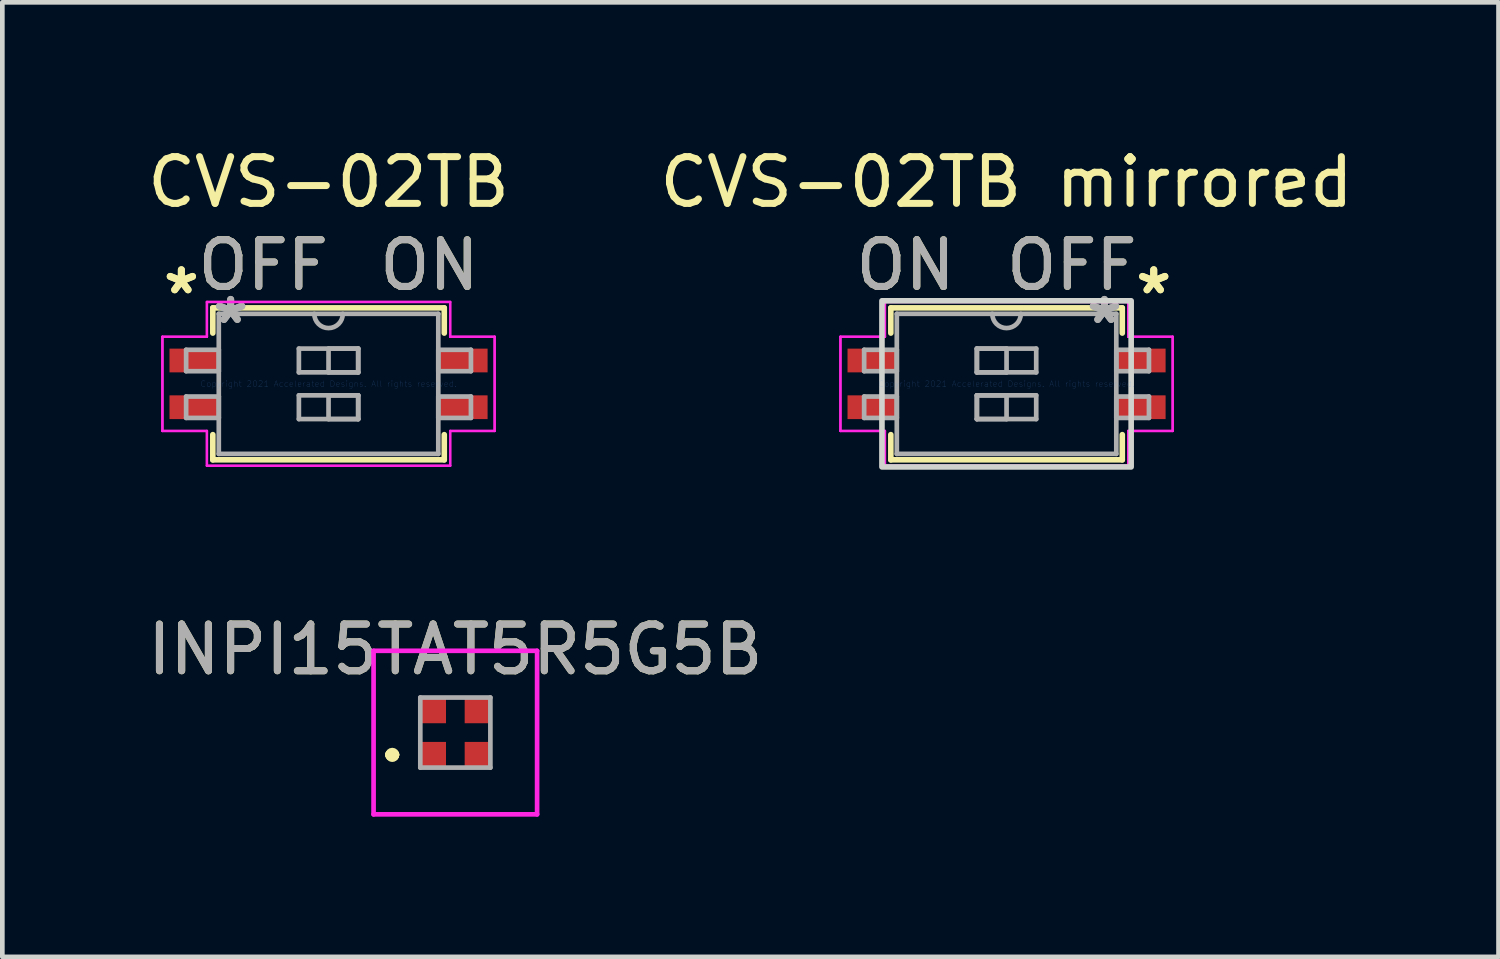
<source format=kicad_pcb>
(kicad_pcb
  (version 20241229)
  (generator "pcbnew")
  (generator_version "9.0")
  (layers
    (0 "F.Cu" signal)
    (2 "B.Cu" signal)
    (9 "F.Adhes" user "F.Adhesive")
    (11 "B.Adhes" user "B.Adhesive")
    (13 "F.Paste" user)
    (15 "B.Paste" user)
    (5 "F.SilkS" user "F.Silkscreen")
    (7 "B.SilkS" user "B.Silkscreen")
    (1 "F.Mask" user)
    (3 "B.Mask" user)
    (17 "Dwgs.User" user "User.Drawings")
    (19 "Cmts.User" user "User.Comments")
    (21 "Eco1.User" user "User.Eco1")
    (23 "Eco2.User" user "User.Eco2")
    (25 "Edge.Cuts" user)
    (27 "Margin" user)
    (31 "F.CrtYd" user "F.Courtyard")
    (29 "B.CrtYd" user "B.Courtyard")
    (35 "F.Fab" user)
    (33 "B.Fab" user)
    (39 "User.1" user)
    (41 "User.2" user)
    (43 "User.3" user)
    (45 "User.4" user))
  (footprint "CVS-02TB"
    (layer "F.Cu")
    (at 3.982 5.166)
    (property "Reference" "CVS-02TB" (at 0 -4.318 0) (layer "F.SilkS") (effects (font (size 1 1) (thickness 0.15))))
    (attr smd)
    (fp_line (start -2.477 -1.626) (end -2.477 -1.087) (stroke (width 0.12) (type solid)) (layer "F.SilkS"))
    (fp_line (start -2.477 1.087) (end -2.477 1.626) (stroke (width 0.12) (type solid)) (layer "F.SilkS"))
    (fp_line (start -2.477 1.626) (end 2.477 1.626) (stroke (width 0.12) (type solid)) (layer "F.SilkS"))
    (fp_line (start 2.477 -1.626) (end -2.477 -1.626) (stroke (width 0.12) (type solid)) (layer "F.SilkS"))
    (fp_line (start 2.477 -1.087) (end 2.477 -1.626) (stroke (width 0.12) (type solid)) (layer "F.SilkS"))
    (fp_line (start 2.477 1.626) (end 2.477 1.087) (stroke (width 0.12) (type solid)) (layer "F.SilkS"))
    (fp_line (start -3.556 -1.008) (end -2.603 -1.008) (stroke (width 0.05) (type solid)) (layer "F.CrtYd"))
    (fp_line (start -3.556 -1.008) (end -2.603 -1.008) (stroke (width 0.05) (type solid)) (layer "F.CrtYd"))
    (fp_line (start -3.556 1.008) (end -3.556 -1.008) (stroke (width 0.05) (type solid)) (layer "F.CrtYd"))
    (fp_line (start -3.556 1.008) (end -3.556 -1.008) (stroke (width 0.05) (type solid)) (layer "F.CrtYd"))
    (fp_line (start -2.603 -1.753) (end 2.603 -1.753) (stroke (width 0.05) (type solid)) (layer "F.CrtYd"))
    (fp_line (start -2.603 -1.753) (end 2.603 -1.753) (stroke (width 0.05) (type solid)) (layer "F.CrtYd"))
    (fp_line (start -2.603 -1.008) (end -2.603 -1.753) (stroke (width 0.05) (type solid)) (layer "F.CrtYd"))
    (fp_line (start -2.603 -1.008) (end -2.603 -1.753) (stroke (width 0.05) (type solid)) (layer "F.CrtYd"))
    (fp_line (start -2.603 1.008) (end -3.556 1.008) (stroke (width 0.05) (type solid)) (layer "F.CrtYd"))
    (fp_line (start -2.603 1.008) (end -3.556 1.008) (stroke (width 0.05) (type solid)) (layer "F.CrtYd"))
    (fp_line (start -2.603 1.753) (end -2.603 1.008) (stroke (width 0.05) (type solid)) (layer "F.CrtYd"))
    (fp_line (start -2.603 1.753) (end -2.603 1.008) (stroke (width 0.05) (type solid)) (layer "F.CrtYd"))
    (fp_line (start 2.603 -1.753) (end 2.603 -1.008) (stroke (width 0.05) (type solid)) (layer "F.CrtYd"))
    (fp_line (start 2.603 -1.753) (end 2.603 -1.008) (stroke (width 0.05) (type solid)) (layer "F.CrtYd"))
    (fp_line (start 2.603 -1.008) (end 3.556 -1.008) (stroke (width 0.05) (type solid)) (layer "F.CrtYd"))
    (fp_line (start 2.603 -1.008) (end 3.556 -1.008) (stroke (width 0.05) (type solid)) (layer "F.CrtYd"))
    (fp_line (start 2.603 1.008) (end 2.603 1.753) (stroke (width 0.05) (type solid)) (layer "F.CrtYd"))
    (fp_line (start 2.603 1.008) (end 2.603 1.753) (stroke (width 0.05) (type solid)) (layer "F.CrtYd"))
    (fp_line (start 2.603 1.753) (end -2.603 1.753) (stroke (width 0.05) (type solid)) (layer "F.CrtYd"))
    (fp_line (start 2.603 1.753) (end -2.603 1.753) (stroke (width 0.05) (type solid)) (layer "F.CrtYd"))
    (fp_line (start 3.556 -1.008) (end 3.556 1.008) (stroke (width 0.05) (type solid)) (layer "F.CrtYd"))
    (fp_line (start 3.556 -1.008) (end 3.556 1.008) (stroke (width 0.05) (type solid)) (layer "F.CrtYd"))
    (fp_line (start 3.556 1.008) (end 2.603 1.008) (stroke (width 0.05) (type solid)) (layer "F.CrtYd"))
    (fp_line (start 3.556 1.008) (end 2.603 1.008) (stroke (width 0.05) (type solid)) (layer "F.CrtYd"))
    (fp_line (start -3.048 -0.729) (end -3.048 -0.271) (stroke (width 0.1) (type solid)) (layer "F.Fab"))
    (fp_line (start -3.048 -0.271) (end -2.349 -0.271) (stroke (width 0.1) (type solid)) (layer "F.Fab"))
    (fp_line (start -3.048 0.271) (end -3.048 0.729) (stroke (width 0.1) (type solid)) (layer "F.Fab"))
    (fp_line (start -3.048 0.729) (end -2.349 0.729) (stroke (width 0.1) (type solid)) (layer "F.Fab"))
    (fp_line (start -2.349 -1.499) (end -2.349 1.499) (stroke (width 0.1) (type solid)) (layer "F.Fab"))
    (fp_line (start -2.349 -0.729) (end -3.048 -0.729) (stroke (width 0.1) (type solid)) (layer "F.Fab"))
    (fp_line (start -2.349 -0.271) (end -2.349 -0.729) (stroke (width 0.1) (type solid)) (layer "F.Fab"))
    (fp_line (start -2.349 0.271) (end -3.048 0.271) (stroke (width 0.1) (type solid)) (layer "F.Fab"))
    (fp_line (start -2.349 0.729) (end -2.349 0.271) (stroke (width 0.1) (type solid)) (layer "F.Fab"))
    (fp_line (start -2.349 1.499) (end 2.349 1.499) (stroke (width 0.1) (type solid)) (layer "F.Fab"))
    (fp_line (start -0.635 -0.754) (end 0.635 -0.754) (stroke (width 0.1) (type solid)) (layer "F.Fab"))
    (fp_line (start -0.635 -0.246) (end -0.635 -0.754) (stroke (width 0.1) (type solid)) (layer "F.Fab"))
    (fp_line (start -0.635 0.246) (end 0.635 0.246) (stroke (width 0.1) (type solid)) (layer "F.Fab"))
    (fp_line (start -0.635 0.754) (end -0.635 0.246) (stroke (width 0.1) (type solid)) (layer "F.Fab"))
    (fp_line (start 0 -0.754) (end 0.635 -0.754) (stroke (width 0.1) (type solid)) (layer "F.Fab"))
    (fp_line (start 0 -0.246) (end 0 -0.754) (stroke (width 0.1) (type solid)) (layer "F.Fab"))
    (fp_line (start 0 0.246) (end 0.635 0.246) (stroke (width 0.1) (type solid)) (layer "F.Fab"))
    (fp_line (start 0 0.754) (end 0 0.246) (stroke (width 0.1) (type solid)) (layer "F.Fab"))
    (fp_line (start 0.635 -0.754) (end 0.635 -0.246) (stroke (width 0.1) (type solid)) (layer "F.Fab"))
    (fp_line (start 0.635 -0.754) (end 0.635 -0.246) (stroke (width 0.1) (type solid)) (layer "F.Fab"))
    (fp_line (start 0.635 -0.246) (end -0.635 -0.246) (stroke (width 0.1) (type solid)) (layer "F.Fab"))
    (fp_line (start 0.635 -0.246) (end 0 -0.246) (stroke (width 0.1) (type solid)) (layer "F.Fab"))
    (fp_line (start 0.635 0.246) (end 0.635 0.754) (stroke (width 0.1) (type solid)) (layer "F.Fab"))
    (fp_line (start 0.635 0.246) (end 0.635 0.754) (stroke (width 0.1) (type solid)) (layer "F.Fab"))
    (fp_line (start 0.635 0.754) (end -0.635 0.754) (stroke (width 0.1) (type solid)) (layer "F.Fab"))
    (fp_line (start 0.635 0.754) (end 0 0.754) (stroke (width 0.1) (type solid)) (layer "F.Fab"))
    (fp_line (start 2.349 -1.499) (end -2.349 -1.499) (stroke (width 0.1) (type solid)) (layer "F.Fab"))
    (fp_line (start 2.349 -0.729) (end 2.349 -0.271) (stroke (width 0.1) (type solid)) (layer "F.Fab"))
    (fp_line (start 2.349 -0.271) (end 3.048 -0.271) (stroke (width 0.1) (type solid)) (layer "F.Fab"))
    (fp_line (start 2.349 0.271) (end 2.349 0.729) (stroke (width 0.1) (type solid)) (layer "F.Fab"))
    (fp_line (start 2.349 0.729) (end 3.048 0.729) (stroke (width 0.1) (type solid)) (layer "F.Fab"))
    (fp_line (start 2.349 1.499) (end 2.349 -1.499) (stroke (width 0.1) (type solid)) (layer "F.Fab"))
    (fp_line (start 3.048 -0.729) (end 2.349 -0.729) (stroke (width 0.1) (type solid)) (layer "F.Fab"))
    (fp_line (start 3.048 -0.271) (end 3.048 -0.729) (stroke (width 0.1) (type solid)) (layer "F.Fab"))
    (fp_line (start 3.048 0.271) (end 2.349 0.271) (stroke (width 0.1) (type solid)) (layer "F.Fab"))
    (fp_line (start 3.048 0.729) (end 3.048 0.271) (stroke (width 0.1) (type solid)) (layer "F.Fab"))
    (fp_arc (start 0.3048 -1.4986) (mid 0 -1.1938) (end -0.3048 -1.4986) (stroke (width 0.1) (type solid)) (layer "F.Fab"))
    (fp_text user "ON" (at 2.159 -2.54 0) (layer "F.SilkS") (effects (font (size 1 1) (thickness 0.15))))
    (fp_text user "OFF" (at -1.397 -2.54 0) (layer "F.SilkS") (effects (font (size 1 1) (thickness 0.15))))
    (fp_text user "*" (at -3.15 -1.897 0) (layer "F.SilkS") (effects (font (size 1 1) (thickness 0.15))))
    (fp_text user "*" (at -3.15 -1.897 0) (layer "F.SilkS") (effects (font (size 1 1) (thickness 0.15))))
    (fp_text user "Copyright 2021 Accelerated Designs. All rights reserved." (at 0 0 0) (layer "Cmts.User") (effects (font (size 0.127 0.127) (thickness 0.002))))
    (fp_text user "*" (at -2.095 -1.262 0) (layer "F.Fab") (effects (font (size 1 1) (thickness 0.15))))
    (fp_text user "OFF" (at -1.397 -2.54 0) (layer "F.Fab") (effects (font (size 1 1) (thickness 0.15))))
    (fp_text user "ON" (at 2.159 -2.54 0) (layer "F.Fab") (effects (font (size 1 1) (thickness 0.15))))
    (fp_text user "*" (at -2.095 -1.262 0) (layer "F.Fab") (effects (font (size 1 1) (thickness 0.15))))
    (pad "1" smd rect (at -2.896 -0.5) (size 1.016 0.508) (layers "F.Cu" "F.Mask" "F.Paste"))
    (pad "2" smd rect (at 2.896 -0.5) (size 1.016 0.508) (layers "F.Cu" "F.Mask" "F.Paste"))
    (pad "3" smd rect (at -2.896 0.5) (size 1.016 0.508) (layers "F.Cu" "F.Mask" "F.Paste"))
    (pad "4" smd rect (at 2.896 0.5) (size 1.016 0.508) (layers "F.Cu" "F.Mask" "F.Paste")))
  (footprint "CVS-02TB mirrored"
    (layer "F.Cu")
    (at 18.494 5.166)
    (property "Reference" "CVS-02TB mirrored" (at 0 -4.318 0) (layer "F.SilkS") (effects (font (size 1 1) (thickness 0.15))))
    (attr smd)
    (fp_line (start -2.477 -1.626) (end 2.477 -1.626) (stroke (width 0.12) (type solid)) (layer "F.SilkS"))
    (fp_line (start -2.477 -1.087) (end -2.477 -1.626) (stroke (width 0.12) (type solid)) (layer "F.SilkS"))
    (fp_line (start -2.477 1.626) (end -2.477 1.087) (stroke (width 0.12) (type solid)) (layer "F.SilkS"))
    (fp_line (start 2.477 -1.626) (end 2.477 -1.087) (stroke (width 0.12) (type solid)) (layer "F.SilkS"))
    (fp_line (start 2.477 1.087) (end 2.477 1.626) (stroke (width 0.12) (type solid)) (layer "F.SilkS"))
    (fp_line (start 2.477 1.626) (end -2.477 1.626) (stroke (width 0.12) (type solid)) (layer "F.SilkS"))
    (fp_rect (start -2.667 -1.778) (end 2.667 1.778) (stroke (width 0.12) (type solid)) (fill no) (layer "Edge.Cuts"))
    (fp_line (start -3.556 -1.008) (end -3.556 1.008) (stroke (width 0.05) (type solid)) (layer "F.CrtYd"))
    (fp_line (start -3.556 -1.008) (end -3.556 1.008) (stroke (width 0.05) (type solid)) (layer "F.CrtYd"))
    (fp_line (start -3.556 1.008) (end -2.603 1.008) (stroke (width 0.05) (type solid)) (layer "F.CrtYd"))
    (fp_line (start -3.556 1.008) (end -2.603 1.008) (stroke (width 0.05) (type solid)) (layer "F.CrtYd"))
    (fp_line (start -2.603 -1.753) (end -2.603 -1.008) (stroke (width 0.05) (type solid)) (layer "F.CrtYd"))
    (fp_line (start -2.603 -1.753) (end -2.603 -1.008) (stroke (width 0.05) (type solid)) (layer "F.CrtYd"))
    (fp_line (start -2.603 -1.008) (end -3.556 -1.008) (stroke (width 0.05) (type solid)) (layer "F.CrtYd"))
    (fp_line (start -2.603 -1.008) (end -3.556 -1.008) (stroke (width 0.05) (type solid)) (layer "F.CrtYd"))
    (fp_line (start -2.603 1.008) (end -2.603 1.753) (stroke (width 0.05) (type solid)) (layer "F.CrtYd"))
    (fp_line (start -2.603 1.008) (end -2.603 1.753) (stroke (width 0.05) (type solid)) (layer "F.CrtYd"))
    (fp_line (start -2.603 1.753) (end 2.603 1.753) (stroke (width 0.05) (type solid)) (layer "F.CrtYd"))
    (fp_line (start -2.603 1.753) (end 2.603 1.753) (stroke (width 0.05) (type solid)) (layer "F.CrtYd"))
    (fp_line (start 2.603 -1.753) (end -2.603 -1.753) (stroke (width 0.05) (type solid)) (layer "F.CrtYd"))
    (fp_line (start 2.603 -1.753) (end -2.603 -1.753) (stroke (width 0.05) (type solid)) (layer "F.CrtYd"))
    (fp_line (start 2.603 -1.008) (end 2.603 -1.753) (stroke (width 0.05) (type solid)) (layer "F.CrtYd"))
    (fp_line (start 2.603 -1.008) (end 2.603 -1.753) (stroke (width 0.05) (type solid)) (layer "F.CrtYd"))
    (fp_line (start 2.603 1.008) (end 3.556 1.008) (stroke (width 0.05) (type solid)) (layer "F.CrtYd"))
    (fp_line (start 2.603 1.008) (end 3.556 1.008) (stroke (width 0.05) (type solid)) (layer "F.CrtYd"))
    (fp_line (start 2.603 1.753) (end 2.603 1.008) (stroke (width 0.05) (type solid)) (layer "F.CrtYd"))
    (fp_line (start 2.603 1.753) (end 2.603 1.008) (stroke (width 0.05) (type solid)) (layer "F.CrtYd"))
    (fp_line (start 3.556 -1.008) (end 2.603 -1.008) (stroke (width 0.05) (type solid)) (layer "F.CrtYd"))
    (fp_line (start 3.556 -1.008) (end 2.603 -1.008) (stroke (width 0.05) (type solid)) (layer "F.CrtYd"))
    (fp_line (start 3.556 1.008) (end 3.556 -1.008) (stroke (width 0.05) (type solid)) (layer "F.CrtYd"))
    (fp_line (start 3.556 1.008) (end 3.556 -1.008) (stroke (width 0.05) (type solid)) (layer "F.CrtYd"))
    (fp_line (start -3.048 -0.729) (end -2.349 -0.729) (stroke (width 0.1) (type solid)) (layer "F.Fab"))
    (fp_line (start -3.048 -0.271) (end -3.048 -0.729) (stroke (width 0.1) (type solid)) (layer "F.Fab"))
    (fp_line (start -3.048 0.271) (end -2.349 0.271) (stroke (width 0.1) (type solid)) (layer "F.Fab"))
    (fp_line (start -3.048 0.729) (end -3.048 0.271) (stroke (width 0.1) (type solid)) (layer "F.Fab"))
    (fp_line (start -2.349 -1.499) (end 2.349 -1.499) (stroke (width 0.1) (type solid)) (layer "F.Fab"))
    (fp_line (start -2.349 -0.729) (end -2.349 -0.271) (stroke (width 0.1) (type solid)) (layer "F.Fab"))
    (fp_line (start -2.349 -0.271) (end -3.048 -0.271) (stroke (width 0.1) (type solid)) (layer "F.Fab"))
    (fp_line (start -2.349 0.271) (end -2.349 0.729) (stroke (width 0.1) (type solid)) (layer "F.Fab"))
    (fp_line (start -2.349 0.729) (end -3.048 0.729) (stroke (width 0.1) (type solid)) (layer "F.Fab"))
    (fp_line (start -2.349 1.499) (end -2.349 -1.499) (stroke (width 0.1) (type solid)) (layer "F.Fab"))
    (fp_line (start -0.635 -0.754) (end -0.635 -0.246) (stroke (width 0.1) (type solid)) (layer "F.Fab"))
    (fp_line (start -0.635 -0.754) (end -0.635 -0.246) (stroke (width 0.1) (type solid)) (layer "F.Fab"))
    (fp_line (start -0.635 -0.246) (end 0 -0.246) (stroke (width 0.1) (type solid)) (layer "F.Fab"))
    (fp_line (start -0.635 -0.246) (end 0.635 -0.246) (stroke (width 0.1) (type solid)) (layer "F.Fab"))
    (fp_line (start -0.635 0.246) (end -0.635 0.754) (stroke (width 0.1) (type solid)) (layer "F.Fab"))
    (fp_line (start -0.635 0.246) (end -0.635 0.754) (stroke (width 0.1) (type solid)) (layer "F.Fab"))
    (fp_line (start -0.635 0.754) (end 0 0.754) (stroke (width 0.1) (type solid)) (layer "F.Fab"))
    (fp_line (start -0.635 0.754) (end 0.635 0.754) (stroke (width 0.1) (type solid)) (layer "F.Fab"))
    (fp_line (start 0 -0.754) (end -0.635 -0.754) (stroke (width 0.1) (type solid)) (layer "F.Fab"))
    (fp_line (start 0 -0.246) (end 0 -0.754) (stroke (width 0.1) (type solid)) (layer "F.Fab"))
    (fp_line (start 0 0.246) (end -0.635 0.246) (stroke (width 0.1) (type solid)) (layer "F.Fab"))
    (fp_line (start 0 0.754) (end 0 0.246) (stroke (width 0.1) (type solid)) (layer "F.Fab"))
    (fp_line (start 0.635 -0.754) (end -0.635 -0.754) (stroke (width 0.1) (type solid)) (layer "F.Fab"))
    (fp_line (start 0.635 -0.246) (end 0.635 -0.754) (stroke (width 0.1) (type solid)) (layer "F.Fab"))
    (fp_line (start 0.635 0.246) (end -0.635 0.246) (stroke (width 0.1) (type solid)) (layer "F.Fab"))
    (fp_line (start 0.635 0.754) (end 0.635 0.246) (stroke (width 0.1) (type solid)) (layer "F.Fab"))
    (fp_line (start 2.349 -1.499) (end 2.349 1.499) (stroke (width 0.1) (type solid)) (layer "F.Fab"))
    (fp_line (start 2.349 -0.729) (end 3.048 -0.729) (stroke (width 0.1) (type solid)) (layer "F.Fab"))
    (fp_line (start 2.349 -0.271) (end 2.349 -0.729) (stroke (width 0.1) (type solid)) (layer "F.Fab"))
    (fp_line (start 2.349 0.271) (end 3.048 0.271) (stroke (width 0.1) (type solid)) (layer "F.Fab"))
    (fp_line (start 2.349 0.729) (end 2.349 0.271) (stroke (width 0.1) (type solid)) (layer "F.Fab"))
    (fp_line (start 2.349 1.499) (end -2.349 1.499) (stroke (width 0.1) (type solid)) (layer "F.Fab"))
    (fp_line (start 3.048 -0.729) (end 3.048 -0.271) (stroke (width 0.1) (type solid)) (layer "F.Fab"))
    (fp_line (start 3.048 -0.271) (end 2.349 -0.271) (stroke (width 0.1) (type solid)) (layer "F.Fab"))
    (fp_line (start 3.048 0.271) (end 3.048 0.729) (stroke (width 0.1) (type solid)) (layer "F.Fab"))
    (fp_line (start 3.048 0.729) (end 2.349 0.729) (stroke (width 0.1) (type solid)) (layer "F.Fab"))
    (fp_arc (start 0.3048 -1.4986) (mid 0 -1.1938) (end -0.3048 -1.4986) (stroke (width 0.1) (type solid)) (layer "F.Fab"))
    (fp_text user "ON" (at -2.159 -2.54 0) (layer "F.SilkS") (effects (font (size 1 1) (thickness 0.15))))
    (fp_text user "*" (at 3.15 -1.897 0) (layer "F.SilkS") (effects (font (size 1 1) (thickness 0.15))))
    (fp_text user "OFF" (at 1.397 -2.54 0) (layer "F.SilkS") (effects (font (size 1 1) (thickness 0.15))))
    (fp_text user "*" (at 3.15 -1.897 0) (layer "F.SilkS") (effects (font (size 1 1) (thickness 0.15))))
    (fp_text user "Copyright 2021 Accelerated Designs. All rights reserved." (at 0 0 0) (layer "Cmts.User") (effects (font (size 0.127 0.127) (thickness 0.002))))
    (fp_text user "*" (at 2.095 -1.262 0) (layer "F.Fab") (effects (font (size 1 1) (thickness 0.15))))
    (fp_text user "*" (at 2.095 -1.262 0) (layer "F.Fab") (effects (font (size 1 1) (thickness 0.15))))
    (fp_text user "ON" (at -2.159 -2.54 0) (layer "F.Fab") (effects (font (size 1 1) (thickness 0.15))))
    (fp_text user "OFF" (at 1.397 -2.54 0) (layer "F.Fab") (effects (font (size 1 1) (thickness 0.15))))
    (pad "1" smd rect (at 2.896 -0.5) (size 1.016 0.508) (layers "F.Cu" "F.Mask" "F.Paste"))
    (pad "2" smd rect (at -2.896 -0.5) (size 1.016 0.508) (layers "F.Cu" "F.Mask" "F.Paste"))
    (pad "3" smd rect (at 2.896 0.5) (size 1.016 0.508) (layers "F.Cu" "F.Mask" "F.Paste"))
    (pad "4" smd rect (at -2.896 0.5) (size 1.016 0.508) (layers "F.Cu" "F.Mask" "F.Paste")))
  (footprint "INPI15TAT5R5G5B"
    (layer "F.Cu")
    (at 6.696 12.63)
    (property "Reference" "INPI15TAT5R5G5B" (at 0 -1.778 0) (layer "F.SilkS") (effects (font (size 1 1) (thickness 0.15))))
    (attr smd)
    (fp_line (start -1.4 0.475) (end -1.4 0.475) (stroke (width 0.2) (type solid)) (layer "F.SilkS"))
    (fp_line (start -1.4 0.475) (end -1.4 0.475) (stroke (width 0.2) (type solid)) (layer "F.SilkS"))
    (fp_line (start -1.3 0.475) (end -1.3 0.475) (stroke (width 0.2) (type solid)) (layer "F.SilkS"))
    (fp_arc (start -1.4 0.475) (mid -1.35 0.425) (end -1.3 0.475) (stroke (width 0.2) (type solid)) (layer "F.SilkS"))
    (fp_arc (start -1.3 0.475) (mid -1.35 0.525) (end -1.4 0.475) (stroke (width 0.2) (type solid)) (layer "F.SilkS"))
    (fp_arc (start -1.3 0.475) (mid -1.35 0.525) (end -1.4 0.475) (stroke (width 0.2) (type solid)) (layer "F.SilkS"))
    (fp_line (start -1.75 -1.75) (end 1.75 -1.75) (stroke (width 0.1) (type solid)) (layer "F.CrtYd"))
    (fp_line (start -1.75 1.75) (end -1.75 -1.75) (stroke (width 0.1) (type solid)) (layer "F.CrtYd"))
    (fp_line (start 1.75 -1.75) (end 1.75 1.75) (stroke (width 0.1) (type solid)) (layer "F.CrtYd"))
    (fp_line (start 1.75 1.75) (end -1.75 1.75) (stroke (width 0.1) (type solid)) (layer "F.CrtYd"))
    (fp_line (start -0.75 -0.75) (end -0.75 0.75) (stroke (width 0.1) (type solid)) (layer "F.Fab"))
    (fp_line (start -0.75 0.75) (end 0.75 0.75) (stroke (width 0.1) (type solid)) (layer "F.Fab"))
    (fp_line (start 0.75 -0.75) (end -0.75 -0.75) (stroke (width 0.1) (type solid)) (layer "F.Fab"))
    (fp_line (start 0.75 0.75) (end 0.75 -0.75) (stroke (width 0.1) (type solid)) (layer "F.Fab"))
    (fp_text user "${REFERENCE}" (at 0 -1.778 0) (layer "F.Fab") (effects (font (size 1 1) (thickness 0.15))))
    (pad "1" smd rect (at 0.475 -0.475 90) (size 0.55 0.55) (layers "F.Cu" "F.Mask" "F.Paste"))
    (pad "2" smd rect (at 0.475 0.475 90) (size 0.55 0.55) (layers "F.Cu" "F.Mask" "F.Paste"))
    (pad "3" smd rect (at -0.475 0.475 90) (size 0.55 0.55) (layers "F.Cu" "F.Mask" "F.Paste"))
    (pad "4" smd rect (at -0.475 -0.475 90) (size 0.55 0.55) (layers "F.Cu" "F.Mask" "F.Paste")))
  (gr_rect
    (start -3 -3)
    (end 29.024 17.43)
    (stroke (width 0.1) (type default))
    (fill no)
    (layer "Edge.Cuts")))
</source>
